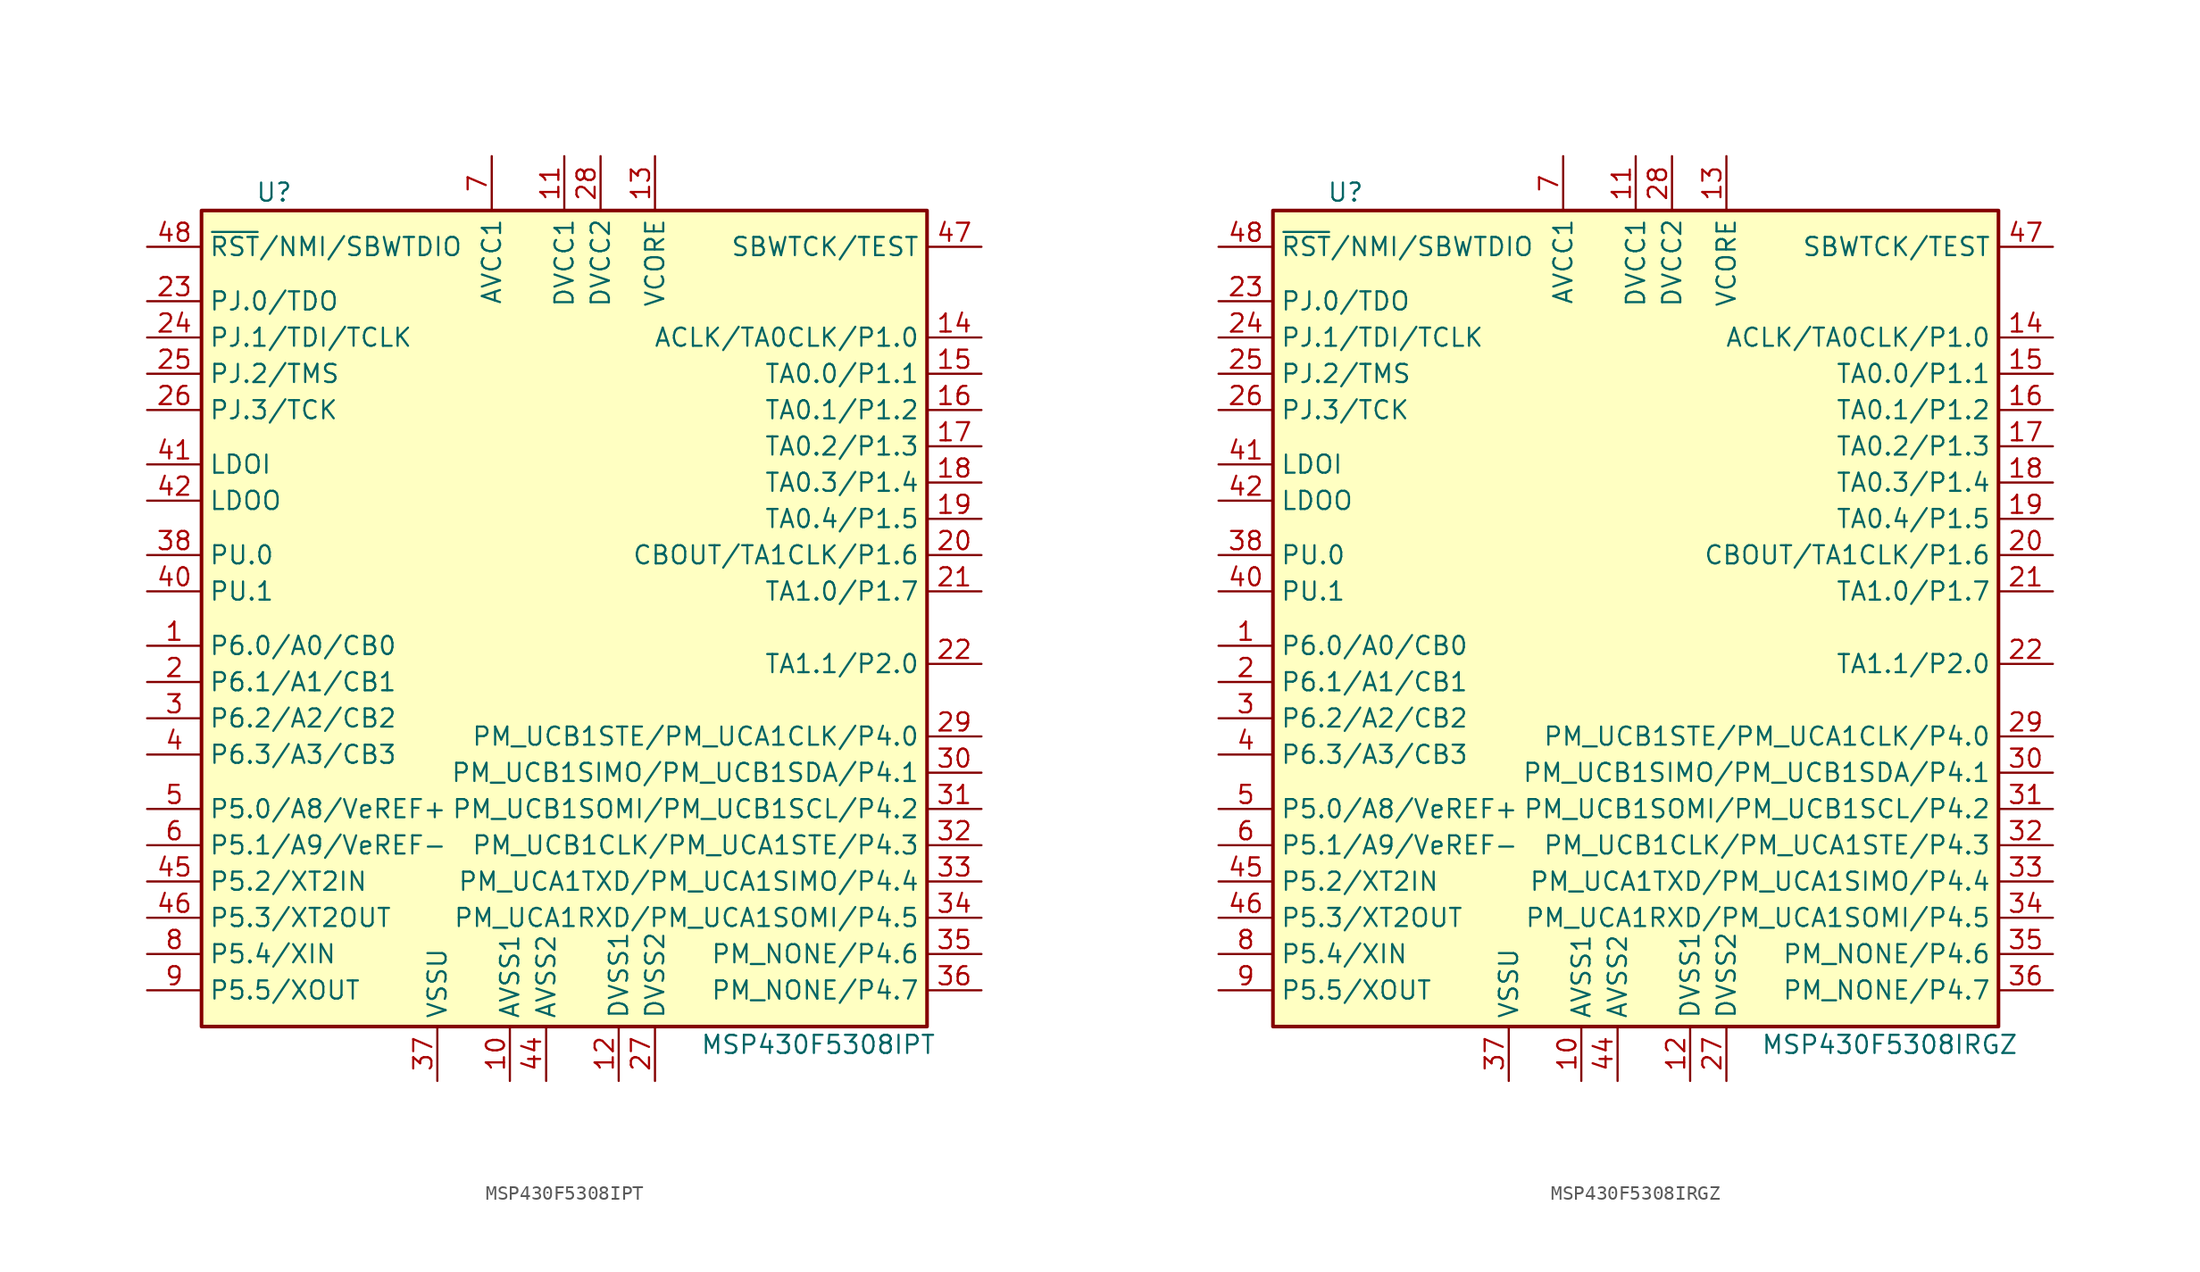
<source format=kicad_sym>
(kicad_symbol_lib
  (version 20211014)
  (generator kicad_symbol_editor)
  (symbol "MSP430F5308IPT"
    (property "Reference" "U"
      (at -21.59 30.48 0)
      (effects (font (size 1.27 1.27))))
    (property "Value" "MSP430F5308IPT"
      (at 16.51 -29.21 0)
      (effects (font (size 1.27 1.27))))
    (symbol "MSP430F5308IPT_0_1"
      (rectangle (start -26.67 29.21) (end 24.13 -27.94) (stroke (width 0.254) (type default) (color 0 0 0 0)) (fill (type background))))
    (symbol "MSP430F5308IPT_1_1"
      (pin bidirectional line (at -30.48 -1.27 0) (length 3.81) (name "P6.0/A0/CB0" (effects (font (size 1.27 1.27)))) (number "1" (effects (font (size 1.27 1.27)))))
      (pin power_in line (at -5.08 -31.75 90) (length 3.81) (name "AVSS1" (effects (font (size 1.27 1.27)))) (number "10" (effects (font (size 1.27 1.27)))))
      (pin power_in line (at -1.27 33.02 270) (length 3.81) (name "DVCC1" (effects (font (size 1.27 1.27)))) (number "11" (effects (font (size 1.27 1.27)))))
      (pin power_in line (at 2.54 -31.75 90) (length 3.81) (name "DVSS1" (effects (font (size 1.27 1.27)))) (number "12" (effects (font (size 1.27 1.27)))))
      (pin bidirectional line (at 5.08 33.02 270) (length 3.81) (name "VCORE" (effects (font (size 1.27 1.27)))) (number "13" (effects (font (size 1.27 1.27)))))
      (pin bidirectional line (at 27.94 20.32 180) (length 3.81) (name "ACLK/TA0CLK/P1.0" (effects (font (size 1.27 1.27)))) (number "14" (effects (font (size 1.27 1.27)))))
      (pin bidirectional line (at 27.94 17.78 180) (length 3.81) (name "TA0.0/P1.1" (effects (font (size 1.27 1.27)))) (number "15" (effects (font (size 1.27 1.27)))))
      (pin bidirectional line (at 27.94 15.24 180) (length 3.81) (name "TA0.1/P1.2" (effects (font (size 1.27 1.27)))) (number "16" (effects (font (size 1.27 1.27)))))
      (pin bidirectional line (at 27.94 12.7 180) (length 3.81) (name "TA0.2/P1.3" (effects (font (size 1.27 1.27)))) (number "17" (effects (font (size 1.27 1.27)))))
      (pin bidirectional line (at 27.94 10.16 180) (length 3.81) (name "TA0.3/P1.4" (effects (font (size 1.27 1.27)))) (number "18" (effects (font (size 1.27 1.27)))))
      (pin bidirectional line (at 27.94 7.62 180) (length 3.81) (name "TA0.4/P1.5" (effects (font (size 1.27 1.27)))) (number "19" (effects (font (size 1.27 1.27)))))
      (pin bidirectional line (at -30.48 -3.81 0) (length 3.81) (name "P6.1/A1/CB1" (effects (font (size 1.27 1.27)))) (number "2" (effects (font (size 1.27 1.27)))))
      (pin bidirectional line (at 27.94 5.08 180) (length 3.81) (name "CBOUT/TA1CLK/P1.6" (effects (font (size 1.27 1.27)))) (number "20" (effects (font (size 1.27 1.27)))))
      (pin bidirectional line (at 27.94 2.54 180) (length 3.81) (name "TA1.0/P1.7" (effects (font (size 1.27 1.27)))) (number "21" (effects (font (size 1.27 1.27)))))
      (pin bidirectional line (at 27.94 -2.54 180) (length 3.81) (name "TA1.1/P2.0" (effects (font (size 1.27 1.27)))) (number "22" (effects (font (size 1.27 1.27)))))
      (pin bidirectional line (at -30.48 22.86 0) (length 3.81) (name "PJ.0/TDO" (effects (font (size 1.27 1.27)))) (number "23" (effects (font (size 1.27 1.27)))))
      (pin bidirectional line (at -30.48 20.32 0) (length 3.81) (name "PJ.1/TDI/TCLK" (effects (font (size 1.27 1.27)))) (number "24" (effects (font (size 1.27 1.27)))))
      (pin bidirectional line (at -30.48 17.78 0) (length 3.81) (name "PJ.2/TMS" (effects (font (size 1.27 1.27)))) (number "25" (effects (font (size 1.27 1.27)))))
      (pin bidirectional line (at -30.48 15.24 0) (length 3.81) (name "PJ.3/TCK" (effects (font (size 1.27 1.27)))) (number "26" (effects (font (size 1.27 1.27)))))
      (pin power_in line (at 5.08 -31.75 90) (length 3.81) (name "DVSS2" (effects (font (size 1.27 1.27)))) (number "27" (effects (font (size 1.27 1.27)))))
      (pin power_in line (at 1.27 33.02 270) (length 3.81) (name "DVCC2" (effects (font (size 1.27 1.27)))) (number "28" (effects (font (size 1.27 1.27)))))
      (pin bidirectional line (at 27.94 -7.62 180) (length 3.81) (name "PM_UCB1STE/PM_UCA1CLK/P4.0" (effects (font (size 1.27 1.27)))) (number "29" (effects (font (size 1.27 1.27)))))
      (pin bidirectional line (at -30.48 -6.35 0) (length 3.81) (name "P6.2/A2/CB2" (effects (font (size 1.27 1.27)))) (number "3" (effects (font (size 1.27 1.27)))))
      (pin bidirectional line (at 27.94 -10.16 180) (length 3.81) (name "PM_UCB1SIMO/PM_UCB1SDA/P4.1" (effects (font (size 1.27 1.27)))) (number "30" (effects (font (size 1.27 1.27)))))
      (pin bidirectional line (at 27.94 -12.7 180) (length 3.81) (name "PM_UCB1SOMI/PM_UCB1SCL/P4.2" (effects (font (size 1.27 1.27)))) (number "31" (effects (font (size 1.27 1.27)))))
      (pin bidirectional line (at 27.94 -15.24 180) (length 3.81) (name "PM_UCB1CLK/PM_UCA1STE/P4.3" (effects (font (size 1.27 1.27)))) (number "32" (effects (font (size 1.27 1.27)))))
      (pin bidirectional line (at 27.94 -17.78 180) (length 3.81) (name "PM_UCA1TXD/PM_UCA1SIMO/P4.4" (effects (font (size 1.27 1.27)))) (number "33" (effects (font (size 1.27 1.27)))))
      (pin bidirectional line (at 27.94 -20.32 180) (length 3.81) (name "PM_UCA1RXD/PM_UCA1SOMI/P4.5" (effects (font (size 1.27 1.27)))) (number "34" (effects (font (size 1.27 1.27)))))
      (pin bidirectional line (at 27.94 -22.86 180) (length 3.81) (name "PM_NONE/P4.6" (effects (font (size 1.27 1.27)))) (number "35" (effects (font (size 1.27 1.27)))))
      (pin bidirectional line (at 27.94 -25.4 180) (length 3.81) (name "PM_NONE/P4.7" (effects (font (size 1.27 1.27)))) (number "36" (effects (font (size 1.27 1.27)))))
      (pin power_in line (at -10.16 -31.75 90) (length 3.81) (name "VSSU" (effects (font (size 1.27 1.27)))) (number "37" (effects (font (size 1.27 1.27)))))
      (pin bidirectional line (at -30.48 5.08 0) (length 3.81) (name "PU.0" (effects (font (size 1.27 1.27)))) (number "38" (effects (font (size 1.27 1.27)))))
      (pin bidirectional line (at -30.48 -8.89 0) (length 3.81) (name "P6.3/A3/CB3" (effects (font (size 1.27 1.27)))) (number "4" (effects (font (size 1.27 1.27)))))
      (pin bidirectional line (at -30.48 2.54 0) (length 3.81) (name "PU.1" (effects (font (size 1.27 1.27)))) (number "40" (effects (font (size 1.27 1.27)))))
      (pin power_in line (at -30.48 11.43 0) (length 3.81) (name "LDOI" (effects (font (size 1.27 1.27)))) (number "41" (effects (font (size 1.27 1.27)))))
      (pin power_out line (at -30.48 8.89 0) (length 3.81) (name "LDOO" (effects (font (size 1.27 1.27)))) (number "42" (effects (font (size 1.27 1.27)))))
      (pin power_in line (at -2.54 -31.75 90) (length 3.81) (name "AVSS2" (effects (font (size 1.27 1.27)))) (number "44" (effects (font (size 1.27 1.27)))))
      (pin bidirectional line (at -30.48 -17.78 0) (length 3.81) (name "P5.2/XT2IN" (effects (font (size 1.27 1.27)))) (number "45" (effects (font (size 1.27 1.27)))))
      (pin bidirectional line (at -30.48 -20.32 0) (length 3.81) (name "P5.3/XT2OUT" (effects (font (size 1.27 1.27)))) (number "46" (effects (font (size 1.27 1.27)))))
      (pin input line (at 27.94 26.67 180) (length 3.81) (name "SBWTCK/TEST" (effects (font (size 1.27 1.27)))) (number "47" (effects (font (size 1.27 1.27)))))
      (pin input line (at -30.48 26.67 0) (length 3.81) (name "~{RST}/NMI/SBWTDIO" (effects (font (size 1.27 1.27)))) (number "48" (effects (font (size 1.27 1.27)))))
      (pin bidirectional line (at -30.48 -12.7 0) (length 3.81) (name "P5.0/A8/VeREF+" (effects (font (size 1.27 1.27)))) (number "5" (effects (font (size 1.27 1.27)))))
      (pin bidirectional line (at -30.48 -15.24 0) (length 3.81) (name "P5.1/A9/VeREF-" (effects (font (size 1.27 1.27)))) (number "6" (effects (font (size 1.27 1.27)))))
      (pin power_in line (at -6.35 33.02 270) (length 3.81) (name "AVCC1" (effects (font (size 1.27 1.27)))) (number "7" (effects (font (size 1.27 1.27)))))
      (pin bidirectional line (at -30.48 -22.86 0) (length 3.81) (name "P5.4/XIN" (effects (font (size 1.27 1.27)))) (number "8" (effects (font (size 1.27 1.27)))))
      (pin bidirectional line (at -30.48 -25.4 0) (length 3.81) (name "P5.5/XOUT" (effects (font (size 1.27 1.27)))) (number "9" (effects (font (size 1.27 1.27)))))))
  (symbol "MSP430F5308IRGZ"
    (property "Reference" "U"
      (at -21.59 30.48 0)
      (effects (font (size 1.27 1.27))))
    (property "Value" "MSP430F5308IRGZ"
      (at 16.51 -29.21 0)
      (effects (font (size 1.27 1.27))))
    (symbol "MSP430F5308IRGZ_0_1"
      (rectangle (start -26.67 29.21) (end 24.13 -27.94) (stroke (width 0.254) (type default) (color 0 0 0 0)) (fill (type background))))
    (symbol "MSP430F5308IRGZ_1_1"
      (pin bidirectional line (at -30.48 -1.27 0) (length 3.81) (name "P6.0/A0/CB0" (effects (font (size 1.27 1.27)))) (number "1" (effects (font (size 1.27 1.27)))))
      (pin power_in line (at -5.08 -31.75 90) (length 3.81) (name "AVSS1" (effects (font (size 1.27 1.27)))) (number "10" (effects (font (size 1.27 1.27)))))
      (pin power_in line (at -1.27 33.02 270) (length 3.81) (name "DVCC1" (effects (font (size 1.27 1.27)))) (number "11" (effects (font (size 1.27 1.27)))))
      (pin power_in line (at 2.54 -31.75 90) (length 3.81) (name "DVSS1" (effects (font (size 1.27 1.27)))) (number "12" (effects (font (size 1.27 1.27)))))
      (pin bidirectional line (at 5.08 33.02 270) (length 3.81) (name "VCORE" (effects (font (size 1.27 1.27)))) (number "13" (effects (font (size 1.27 1.27)))))
      (pin bidirectional line (at 27.94 20.32 180) (length 3.81) (name "ACLK/TA0CLK/P1.0" (effects (font (size 1.27 1.27)))) (number "14" (effects (font (size 1.27 1.27)))))
      (pin bidirectional line (at 27.94 17.78 180) (length 3.81) (name "TA0.0/P1.1" (effects (font (size 1.27 1.27)))) (number "15" (effects (font (size 1.27 1.27)))))
      (pin bidirectional line (at 27.94 15.24 180) (length 3.81) (name "TA0.1/P1.2" (effects (font (size 1.27 1.27)))) (number "16" (effects (font (size 1.27 1.27)))))
      (pin bidirectional line (at 27.94 12.7 180) (length 3.81) (name "TA0.2/P1.3" (effects (font (size 1.27 1.27)))) (number "17" (effects (font (size 1.27 1.27)))))
      (pin bidirectional line (at 27.94 10.16 180) (length 3.81) (name "TA0.3/P1.4" (effects (font (size 1.27 1.27)))) (number "18" (effects (font (size 1.27 1.27)))))
      (pin bidirectional line (at 27.94 7.62 180) (length 3.81) (name "TA0.4/P1.5" (effects (font (size 1.27 1.27)))) (number "19" (effects (font (size 1.27 1.27)))))
      (pin bidirectional line (at -30.48 -3.81 0) (length 3.81) (name "P6.1/A1/CB1" (effects (font (size 1.27 1.27)))) (number "2" (effects (font (size 1.27 1.27)))))
      (pin bidirectional line (at 27.94 5.08 180) (length 3.81) (name "CBOUT/TA1CLK/P1.6" (effects (font (size 1.27 1.27)))) (number "20" (effects (font (size 1.27 1.27)))))
      (pin bidirectional line (at 27.94 2.54 180) (length 3.81) (name "TA1.0/P1.7" (effects (font (size 1.27 1.27)))) (number "21" (effects (font (size 1.27 1.27)))))
      (pin bidirectional line (at 27.94 -2.54 180) (length 3.81) (name "TA1.1/P2.0" (effects (font (size 1.27 1.27)))) (number "22" (effects (font (size 1.27 1.27)))))
      (pin bidirectional line (at -30.48 22.86 0) (length 3.81) (name "PJ.0/TDO" (effects (font (size 1.27 1.27)))) (number "23" (effects (font (size 1.27 1.27)))))
      (pin bidirectional line (at -30.48 20.32 0) (length 3.81) (name "PJ.1/TDI/TCLK" (effects (font (size 1.27 1.27)))) (number "24" (effects (font (size 1.27 1.27)))))
      (pin bidirectional line (at -30.48 17.78 0) (length 3.81) (name "PJ.2/TMS" (effects (font (size 1.27 1.27)))) (number "25" (effects (font (size 1.27 1.27)))))
      (pin bidirectional line (at -30.48 15.24 0) (length 3.81) (name "PJ.3/TCK" (effects (font (size 1.27 1.27)))) (number "26" (effects (font (size 1.27 1.27)))))
      (pin power_in line (at 5.08 -31.75 90) (length 3.81) (name "DVSS2" (effects (font (size 1.27 1.27)))) (number "27" (effects (font (size 1.27 1.27)))))
      (pin power_in line (at 1.27 33.02 270) (length 3.81) (name "DVCC2" (effects (font (size 1.27 1.27)))) (number "28" (effects (font (size 1.27 1.27)))))
      (pin bidirectional line (at 27.94 -7.62 180) (length 3.81) (name "PM_UCB1STE/PM_UCA1CLK/P4.0" (effects (font (size 1.27 1.27)))) (number "29" (effects (font (size 1.27 1.27)))))
      (pin bidirectional line (at -30.48 -6.35 0) (length 3.81) (name "P6.2/A2/CB2" (effects (font (size 1.27 1.27)))) (number "3" (effects (font (size 1.27 1.27)))))
      (pin bidirectional line (at 27.94 -10.16 180) (length 3.81) (name "PM_UCB1SIMO/PM_UCB1SDA/P4.1" (effects (font (size 1.27 1.27)))) (number "30" (effects (font (size 1.27 1.27)))))
      (pin bidirectional line (at 27.94 -12.7 180) (length 3.81) (name "PM_UCB1SOMI/PM_UCB1SCL/P4.2" (effects (font (size 1.27 1.27)))) (number "31" (effects (font (size 1.27 1.27)))))
      (pin bidirectional line (at 27.94 -15.24 180) (length 3.81) (name "PM_UCB1CLK/PM_UCA1STE/P4.3" (effects (font (size 1.27 1.27)))) (number "32" (effects (font (size 1.27 1.27)))))
      (pin bidirectional line (at 27.94 -17.78 180) (length 3.81) (name "PM_UCA1TXD/PM_UCA1SIMO/P4.4" (effects (font (size 1.27 1.27)))) (number "33" (effects (font (size 1.27 1.27)))))
      (pin bidirectional line (at 27.94 -20.32 180) (length 3.81) (name "PM_UCA1RXD/PM_UCA1SOMI/P4.5" (effects (font (size 1.27 1.27)))) (number "34" (effects (font (size 1.27 1.27)))))
      (pin bidirectional line (at 27.94 -22.86 180) (length 3.81) (name "PM_NONE/P4.6" (effects (font (size 1.27 1.27)))) (number "35" (effects (font (size 1.27 1.27)))))
      (pin bidirectional line (at 27.94 -25.4 180) (length 3.81) (name "PM_NONE/P4.7" (effects (font (size 1.27 1.27)))) (number "36" (effects (font (size 1.27 1.27)))))
      (pin power_in line (at -10.16 -31.75 90) (length 3.81) (name "VSSU" (effects (font (size 1.27 1.27)))) (number "37" (effects (font (size 1.27 1.27)))))
      (pin bidirectional line (at -30.48 5.08 0) (length 3.81) (name "PU.0" (effects (font (size 1.27 1.27)))) (number "38" (effects (font (size 1.27 1.27)))))
      (pin bidirectional line (at -30.48 -8.89 0) (length 3.81) (name "P6.3/A3/CB3" (effects (font (size 1.27 1.27)))) (number "4" (effects (font (size 1.27 1.27)))))
      (pin bidirectional line (at -30.48 2.54 0) (length 3.81) (name "PU.1" (effects (font (size 1.27 1.27)))) (number "40" (effects (font (size 1.27 1.27)))))
      (pin power_in line (at -30.48 11.43 0) (length 3.81) (name "LDOI" (effects (font (size 1.27 1.27)))) (number "41" (effects (font (size 1.27 1.27)))))
      (pin power_out line (at -30.48 8.89 0) (length 3.81) (name "LDOO" (effects (font (size 1.27 1.27)))) (number "42" (effects (font (size 1.27 1.27)))))
      (pin power_in line (at -2.54 -31.75 90) (length 3.81) (name "AVSS2" (effects (font (size 1.27 1.27)))) (number "44" (effects (font (size 1.27 1.27)))))
      (pin bidirectional line (at -30.48 -17.78 0) (length 3.81) (name "P5.2/XT2IN" (effects (font (size 1.27 1.27)))) (number "45" (effects (font (size 1.27 1.27)))))
      (pin bidirectional line (at -30.48 -20.32 0) (length 3.81) (name "P5.3/XT2OUT" (effects (font (size 1.27 1.27)))) (number "46" (effects (font (size 1.27 1.27)))))
      (pin input line (at 27.94 26.67 180) (length 3.81) (name "SBWTCK/TEST" (effects (font (size 1.27 1.27)))) (number "47" (effects (font (size 1.27 1.27)))))
      (pin input line (at -30.48 26.67 0) (length 3.81) (name "~{RST}/NMI/SBWTDIO" (effects (font (size 1.27 1.27)))) (number "48" (effects (font (size 1.27 1.27)))))
      (pin bidirectional line (at -30.48 -12.7 0) (length 3.81) (name "P5.0/A8/VeREF+" (effects (font (size 1.27 1.27)))) (number "5" (effects (font (size 1.27 1.27)))))
      (pin bidirectional line (at -30.48 -15.24 0) (length 3.81) (name "P5.1/A9/VeREF-" (effects (font (size 1.27 1.27)))) (number "6" (effects (font (size 1.27 1.27)))))
      (pin power_in line (at -6.35 33.02 270) (length 3.81) (name "AVCC1" (effects (font (size 1.27 1.27)))) (number "7" (effects (font (size 1.27 1.27)))))
      (pin bidirectional line (at -30.48 -22.86 0) (length 3.81) (name "P5.4/XIN" (effects (font (size 1.27 1.27)))) (number "8" (effects (font (size 1.27 1.27)))))
      (pin bidirectional line (at -30.48 -25.4 0) (length 3.81) (name "P5.5/XOUT" (effects (font (size 1.27 1.27)))) (number "9" (effects (font (size 1.27 1.27))))))))
</source>
